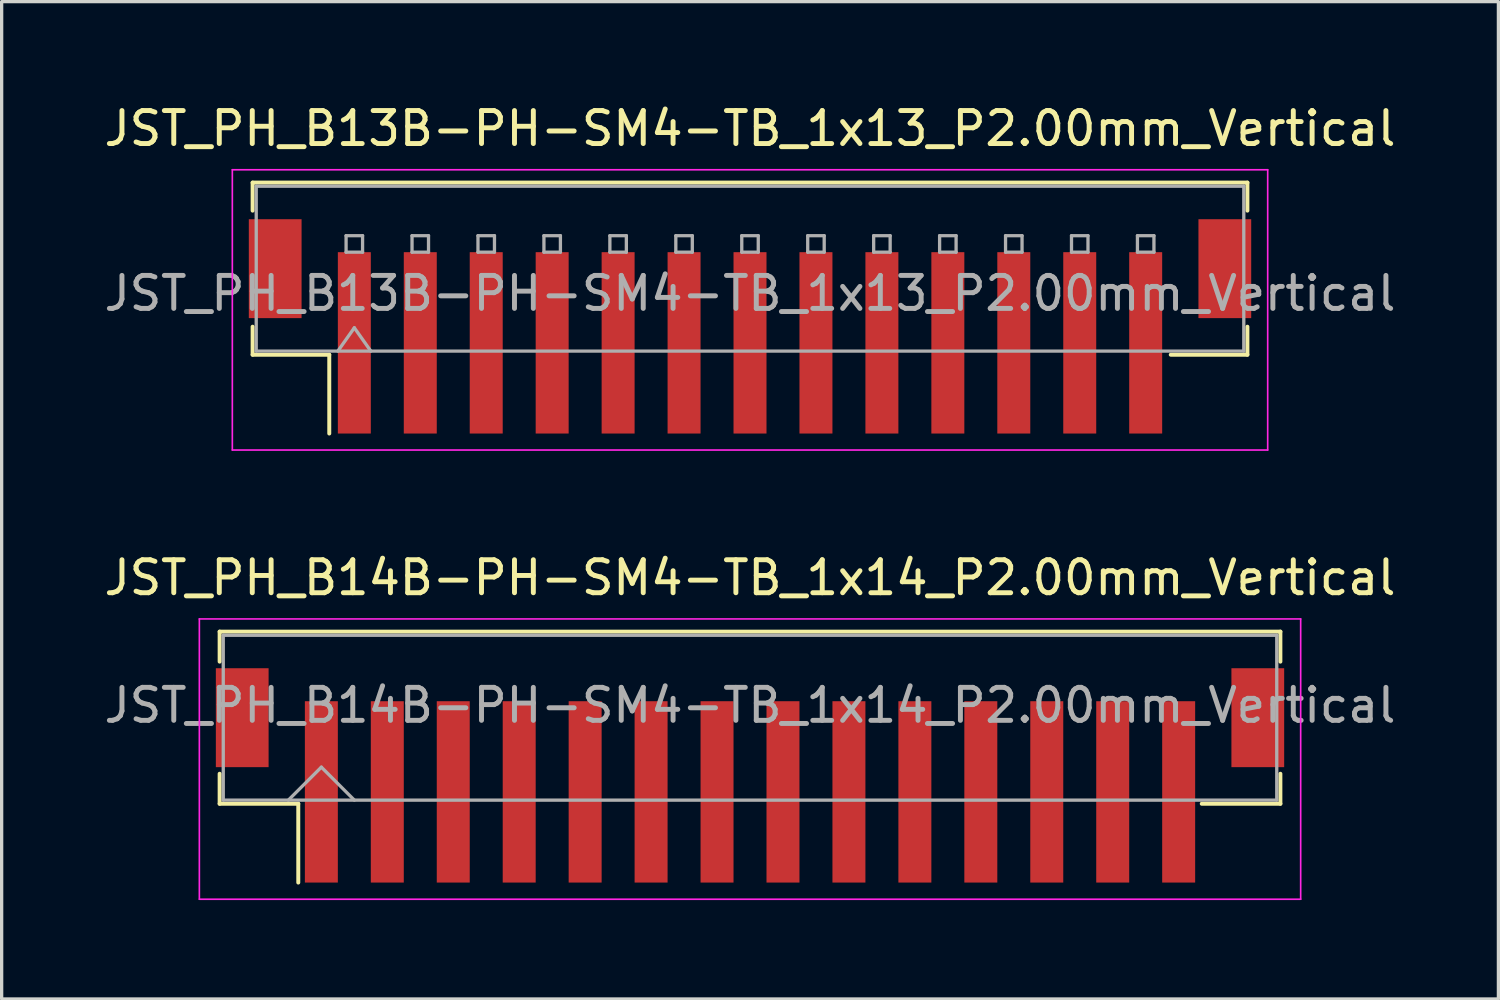
<source format=kicad_pcb>
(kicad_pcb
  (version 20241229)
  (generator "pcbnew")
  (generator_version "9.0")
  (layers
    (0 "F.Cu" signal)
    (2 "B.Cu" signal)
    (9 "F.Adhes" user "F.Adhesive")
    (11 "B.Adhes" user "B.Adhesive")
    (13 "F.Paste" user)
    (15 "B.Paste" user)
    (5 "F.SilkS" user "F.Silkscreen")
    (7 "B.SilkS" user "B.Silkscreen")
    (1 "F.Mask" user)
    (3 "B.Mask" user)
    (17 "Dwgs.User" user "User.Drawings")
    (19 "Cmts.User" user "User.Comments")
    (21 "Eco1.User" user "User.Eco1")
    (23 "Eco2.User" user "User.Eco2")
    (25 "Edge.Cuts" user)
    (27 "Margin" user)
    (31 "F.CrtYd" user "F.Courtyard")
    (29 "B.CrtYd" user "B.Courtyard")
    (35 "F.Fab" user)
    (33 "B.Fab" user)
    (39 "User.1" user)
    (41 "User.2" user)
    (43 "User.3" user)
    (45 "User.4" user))
  (footprint "JST_PH_B13B-PH-SM4-TB_1x13_P2.00mm_Vertical"
    (layer "F.Cu")
    (at 19.696 6.848)
    (property "Reference" "JST_PH_B13B-PH-SM4-TB_1x13_P2.00mm_Vertical" (at 0 -6 0) (layer "F.SilkS") (effects (font (size 1 1) (thickness 0.15))))
    (attr smd)
    (fp_line (start -15.085 -4.36) (end 15.085 -4.36) (stroke (width 0.12) (type solid)) (layer "F.SilkS"))
    (fp_line (start -15.085 -3.51) (end -15.085 -4.36) (stroke (width 0.12) (type solid)) (layer "F.SilkS"))
    (fp_line (start -15.085 0.01) (end -15.085 0.86) (stroke (width 0.12) (type solid)) (layer "F.SilkS"))
    (fp_line (start -15.085 0.86) (end -12.76 0.86) (stroke (width 0.12) (type solid)) (layer "F.SilkS"))
    (fp_line (start -12.76 0.86) (end -12.76 3.25) (stroke (width 0.12) (type solid)) (layer "F.SilkS"))
    (fp_line (start 15.085 -4.36) (end 15.085 -3.51) (stroke (width 0.12) (type solid)) (layer "F.SilkS"))
    (fp_line (start 15.085 0.01) (end 15.085 0.86) (stroke (width 0.12) (type solid)) (layer "F.SilkS"))
    (fp_line (start 15.085 0.86) (end 12.76 0.86) (stroke (width 0.12) (type solid)) (layer "F.SilkS"))
    (fp_line (start -15.7 -4.75) (end -15.7 3.75) (stroke (width 0.05) (type solid)) (layer "F.CrtYd"))
    (fp_line (start -15.7 3.75) (end 15.7 3.75) (stroke (width 0.05) (type solid)) (layer "F.CrtYd"))
    (fp_line (start 15.7 -4.75) (end -15.7 -4.75) (stroke (width 0.05) (type solid)) (layer "F.CrtYd"))
    (fp_line (start 15.7 3.75) (end 15.7 -4.75) (stroke (width 0.05) (type solid)) (layer "F.CrtYd"))
    (fp_line (start -14.975 -4.25) (end 14.975 -4.25) (stroke (width 0.1) (type solid)) (layer "F.Fab"))
    (fp_line (start -14.975 0.75) (end -14.975 -4.25) (stroke (width 0.1) (type solid)) (layer "F.Fab"))
    (fp_line (start -14.975 0.75) (end 14.975 0.75) (stroke (width 0.1) (type solid)) (layer "F.Fab"))
    (fp_line (start -12.5 0.75) (end -12 0.043) (stroke (width 0.1) (type solid)) (layer "F.Fab"))
    (fp_line (start -12.25 -2.75) (end -12.25 -2.25) (stroke (width 0.1) (type solid)) (layer "F.Fab"))
    (fp_line (start -12.25 -2.25) (end -11.75 -2.25) (stroke (width 0.1) (type solid)) (layer "F.Fab"))
    (fp_line (start -12 0.043) (end -11.5 0.75) (stroke (width 0.1) (type solid)) (layer "F.Fab"))
    (fp_line (start -11.75 -2.75) (end -12.25 -2.75) (stroke (width 0.1) (type solid)) (layer "F.Fab"))
    (fp_line (start -11.75 -2.25) (end -11.75 -2.75) (stroke (width 0.1) (type solid)) (layer "F.Fab"))
    (fp_line (start -10.25 -2.75) (end -10.25 -2.25) (stroke (width 0.1) (type solid)) (layer "F.Fab"))
    (fp_line (start -10.25 -2.25) (end -9.75 -2.25) (stroke (width 0.1) (type solid)) (layer "F.Fab"))
    (fp_line (start -9.75 -2.75) (end -10.25 -2.75) (stroke (width 0.1) (type solid)) (layer "F.Fab"))
    (fp_line (start -9.75 -2.25) (end -9.75 -2.75) (stroke (width 0.1) (type solid)) (layer "F.Fab"))
    (fp_line (start -8.25 -2.75) (end -8.25 -2.25) (stroke (width 0.1) (type solid)) (layer "F.Fab"))
    (fp_line (start -8.25 -2.25) (end -7.75 -2.25) (stroke (width 0.1) (type solid)) (layer "F.Fab"))
    (fp_line (start -7.75 -2.75) (end -8.25 -2.75) (stroke (width 0.1) (type solid)) (layer "F.Fab"))
    (fp_line (start -7.75 -2.25) (end -7.75 -2.75) (stroke (width 0.1) (type solid)) (layer "F.Fab"))
    (fp_line (start -6.25 -2.75) (end -6.25 -2.25) (stroke (width 0.1) (type solid)) (layer "F.Fab"))
    (fp_line (start -6.25 -2.25) (end -5.75 -2.25) (stroke (width 0.1) (type solid)) (layer "F.Fab"))
    (fp_line (start -5.75 -2.75) (end -6.25 -2.75) (stroke (width 0.1) (type solid)) (layer "F.Fab"))
    (fp_line (start -5.75 -2.25) (end -5.75 -2.75) (stroke (width 0.1) (type solid)) (layer "F.Fab"))
    (fp_line (start -4.25 -2.75) (end -4.25 -2.25) (stroke (width 0.1) (type solid)) (layer "F.Fab"))
    (fp_line (start -4.25 -2.25) (end -3.75 -2.25) (stroke (width 0.1) (type solid)) (layer "F.Fab"))
    (fp_line (start -3.75 -2.75) (end -4.25 -2.75) (stroke (width 0.1) (type solid)) (layer "F.Fab"))
    (fp_line (start -3.75 -2.25) (end -3.75 -2.75) (stroke (width 0.1) (type solid)) (layer "F.Fab"))
    (fp_line (start -2.25 -2.75) (end -2.25 -2.25) (stroke (width 0.1) (type solid)) (layer "F.Fab"))
    (fp_line (start -2.25 -2.25) (end -1.75 -2.25) (stroke (width 0.1) (type solid)) (layer "F.Fab"))
    (fp_line (start -1.75 -2.75) (end -2.25 -2.75) (stroke (width 0.1) (type solid)) (layer "F.Fab"))
    (fp_line (start -1.75 -2.25) (end -1.75 -2.75) (stroke (width 0.1) (type solid)) (layer "F.Fab"))
    (fp_line (start -0.25 -2.75) (end -0.25 -2.25) (stroke (width 0.1) (type solid)) (layer "F.Fab"))
    (fp_line (start -0.25 -2.25) (end 0.25 -2.25) (stroke (width 0.1) (type solid)) (layer "F.Fab"))
    (fp_line (start 0.25 -2.75) (end -0.25 -2.75) (stroke (width 0.1) (type solid)) (layer "F.Fab"))
    (fp_line (start 0.25 -2.25) (end 0.25 -2.75) (stroke (width 0.1) (type solid)) (layer "F.Fab"))
    (fp_line (start 1.75 -2.75) (end 1.75 -2.25) (stroke (width 0.1) (type solid)) (layer "F.Fab"))
    (fp_line (start 1.75 -2.25) (end 2.25 -2.25) (stroke (width 0.1) (type solid)) (layer "F.Fab"))
    (fp_line (start 2.25 -2.75) (end 1.75 -2.75) (stroke (width 0.1) (type solid)) (layer "F.Fab"))
    (fp_line (start 2.25 -2.25) (end 2.25 -2.75) (stroke (width 0.1) (type solid)) (layer "F.Fab"))
    (fp_line (start 3.75 -2.75) (end 3.75 -2.25) (stroke (width 0.1) (type solid)) (layer "F.Fab"))
    (fp_line (start 3.75 -2.25) (end 4.25 -2.25) (stroke (width 0.1) (type solid)) (layer "F.Fab"))
    (fp_line (start 4.25 -2.75) (end 3.75 -2.75) (stroke (width 0.1) (type solid)) (layer "F.Fab"))
    (fp_line (start 4.25 -2.25) (end 4.25 -2.75) (stroke (width 0.1) (type solid)) (layer "F.Fab"))
    (fp_line (start 5.75 -2.75) (end 5.75 -2.25) (stroke (width 0.1) (type solid)) (layer "F.Fab"))
    (fp_line (start 5.75 -2.25) (end 6.25 -2.25) (stroke (width 0.1) (type solid)) (layer "F.Fab"))
    (fp_line (start 6.25 -2.75) (end 5.75 -2.75) (stroke (width 0.1) (type solid)) (layer "F.Fab"))
    (fp_line (start 6.25 -2.25) (end 6.25 -2.75) (stroke (width 0.1) (type solid)) (layer "F.Fab"))
    (fp_line (start 7.75 -2.75) (end 7.75 -2.25) (stroke (width 0.1) (type solid)) (layer "F.Fab"))
    (fp_line (start 7.75 -2.25) (end 8.25 -2.25) (stroke (width 0.1) (type solid)) (layer "F.Fab"))
    (fp_line (start 8.25 -2.75) (end 7.75 -2.75) (stroke (width 0.1) (type solid)) (layer "F.Fab"))
    (fp_line (start 8.25 -2.25) (end 8.25 -2.75) (stroke (width 0.1) (type solid)) (layer "F.Fab"))
    (fp_line (start 9.75 -2.75) (end 9.75 -2.25) (stroke (width 0.1) (type solid)) (layer "F.Fab"))
    (fp_line (start 9.75 -2.25) (end 10.25 -2.25) (stroke (width 0.1) (type solid)) (layer "F.Fab"))
    (fp_line (start 10.25 -2.75) (end 9.75 -2.75) (stroke (width 0.1) (type solid)) (layer "F.Fab"))
    (fp_line (start 10.25 -2.25) (end 10.25 -2.75) (stroke (width 0.1) (type solid)) (layer "F.Fab"))
    (fp_line (start 11.75 -2.75) (end 11.75 -2.25) (stroke (width 0.1) (type solid)) (layer "F.Fab"))
    (fp_line (start 11.75 -2.25) (end 12.25 -2.25) (stroke (width 0.1) (type solid)) (layer "F.Fab"))
    (fp_line (start 12.25 -2.75) (end 11.75 -2.75) (stroke (width 0.1) (type solid)) (layer "F.Fab"))
    (fp_line (start 12.25 -2.25) (end 12.25 -2.75) (stroke (width 0.1) (type solid)) (layer "F.Fab"))
    (fp_line (start 14.975 0.75) (end 14.975 -4.25) (stroke (width 0.1) (type solid)) (layer "F.Fab"))
    (fp_text user "${REFERENCE}" (at 0 -1 0) (layer "F.Fab") (effects (font (size 1 1) (thickness 0.15))))
    (pad "" smd rect (at -14.4 -1.75) (size 1.6 3) (layers "F.Cu" "F.Mask" "F.Paste"))
    (pad "" smd rect (at 14.4 -1.75) (size 1.6 3) (layers "F.Cu" "F.Mask" "F.Paste"))
    (pad "1" smd rect (at -12 0.5) (size 1 5.5) (layers "F.Cu" "F.Mask" "F.Paste"))
    (pad "2" smd rect (at -10 0.5) (size 1 5.5) (layers "F.Cu" "F.Mask" "F.Paste"))
    (pad "3" smd rect (at -8 0.5) (size 1 5.5) (layers "F.Cu" "F.Mask" "F.Paste"))
    (pad "4" smd rect (at -6 0.5) (size 1 5.5) (layers "F.Cu" "F.Mask" "F.Paste"))
    (pad "5" smd rect (at -4 0.5) (size 1 5.5) (layers "F.Cu" "F.Mask" "F.Paste"))
    (pad "6" smd rect (at -2 0.5) (size 1 5.5) (layers "F.Cu" "F.Mask" "F.Paste"))
    (pad "7" smd rect (at 0 0.5) (size 1 5.5) (layers "F.Cu" "F.Mask" "F.Paste"))
    (pad "8" smd rect (at 2 0.5) (size 1 5.5) (layers "F.Cu" "F.Mask" "F.Paste"))
    (pad "9" smd rect (at 4 0.5) (size 1 5.5) (layers "F.Cu" "F.Mask" "F.Paste"))
    (pad "10" smd rect (at 6 0.5) (size 1 5.5) (layers "F.Cu" "F.Mask" "F.Paste"))
    (pad "11" smd rect (at 8 0.5) (size 1 5.5) (layers "F.Cu" "F.Mask" "F.Paste"))
    (pad "12" smd rect (at 10 0.5) (size 1 5.5) (layers "F.Cu" "F.Mask" "F.Paste"))
    (pad "13" smd rect (at 12 0.5) (size 1 5.5) (layers "F.Cu" "F.Mask" "F.Paste")))
  (footprint "JST_PH_B14B-PH-SM4-TB_1x14_P2.00mm_Vertical"
    (layer "F.Cu")
    (at 19.696 19.841)
    (property "Reference" "JST_PH_B14B-PH-SM4-TB_1x14_P2.00mm_Vertical" (at 0 -5.37 0) (layer "F.SilkS") (effects (font (size 1 1) (thickness 0.15))))
    (attr smd)
    (fp_line (start -16.085 -3.735) (end 16.085 -3.735) (stroke (width 0.12) (type solid)) (layer "F.SilkS"))
    (fp_line (start -16.085 -2.825) (end -16.085 -3.735) (stroke (width 0.12) (type solid)) (layer "F.SilkS"))
    (fp_line (start -16.085 0.575) (end -16.085 1.485) (stroke (width 0.12) (type solid)) (layer "F.SilkS"))
    (fp_line (start -16.085 1.485) (end -13.7 1.485) (stroke (width 0.12) (type solid)) (layer "F.SilkS"))
    (fp_line (start -13.7 1.485) (end -13.7 3.875) (stroke (width 0.12) (type solid)) (layer "F.SilkS"))
    (fp_line (start 16.085 -3.735) (end 16.085 -2.825) (stroke (width 0.12) (type solid)) (layer "F.SilkS"))
    (fp_line (start 16.085 0.575) (end 16.085 1.485) (stroke (width 0.12) (type solid)) (layer "F.SilkS"))
    (fp_line (start 16.085 1.485) (end 13.7 1.485) (stroke (width 0.12) (type solid)) (layer "F.SilkS"))
    (fp_line (start -16.7 -4.12) (end -16.7 4.38) (stroke (width 0.05) (type solid)) (layer "F.CrtYd"))
    (fp_line (start -16.7 4.38) (end 16.7 4.38) (stroke (width 0.05) (type solid)) (layer "F.CrtYd"))
    (fp_line (start 16.7 -4.12) (end -16.7 -4.12) (stroke (width 0.05) (type solid)) (layer "F.CrtYd"))
    (fp_line (start 16.7 4.38) (end 16.7 -4.12) (stroke (width 0.05) (type solid)) (layer "F.CrtYd"))
    (fp_line (start -15.975 -3.625) (end -15.975 1.375) (stroke (width 0.1) (type solid)) (layer "F.Fab"))
    (fp_line (start -15.975 1.375) (end 15.975 1.375) (stroke (width 0.1) (type solid)) (layer "F.Fab"))
    (fp_line (start -14 1.375) (end -13 0.375) (stroke (width 0.1) (type solid)) (layer "F.Fab"))
    (fp_line (start -13 0.375) (end -12 1.375) (stroke (width 0.1) (type solid)) (layer "F.Fab"))
    (fp_line (start 15.975 -3.625) (end -15.975 -3.625) (stroke (width 0.1) (type solid)) (layer "F.Fab"))
    (fp_line (start 15.975 1.375) (end 15.975 -3.625) (stroke (width 0.1) (type solid)) (layer "F.Fab"))
    (fp_text user "${REFERENCE}" (at 0 -1.5 0) (layer "F.Fab") (effects (font (size 1 1) (thickness 0.15))))
    (pad "" smd rect (at -15.4 -1.125) (size 1.6 3) (layers "F.Cu" "F.Mask" "F.Paste"))
    (pad "" smd rect (at 15.4 -1.125) (size 1.6 3) (layers "F.Cu" "F.Mask" "F.Paste"))
    (pad "1" smd rect (at -13 1.125) (size 1 5.5) (layers "F.Cu" "F.Mask" "F.Paste"))
    (pad "2" smd rect (at -11 1.125) (size 1 5.5) (layers "F.Cu" "F.Mask" "F.Paste"))
    (pad "3" smd rect (at -9 1.125) (size 1 5.5) (layers "F.Cu" "F.Mask" "F.Paste"))
    (pad "4" smd rect (at -7 1.125) (size 1 5.5) (layers "F.Cu" "F.Mask" "F.Paste"))
    (pad "5" smd rect (at -5 1.125) (size 1 5.5) (layers "F.Cu" "F.Mask" "F.Paste"))
    (pad "6" smd rect (at -3 1.125) (size 1 5.5) (layers "F.Cu" "F.Mask" "F.Paste"))
    (pad "7" smd rect (at -1 1.125) (size 1 5.5) (layers "F.Cu" "F.Mask" "F.Paste"))
    (pad "8" smd rect (at 1 1.125) (size 1 5.5) (layers "F.Cu" "F.Mask" "F.Paste"))
    (pad "9" smd rect (at 3 1.125) (size 1 5.5) (layers "F.Cu" "F.Mask" "F.Paste"))
    (pad "10" smd rect (at 5 1.125) (size 1 5.5) (layers "F.Cu" "F.Mask" "F.Paste"))
    (pad "11" smd rect (at 7 1.125) (size 1 5.5) (layers "F.Cu" "F.Mask" "F.Paste"))
    (pad "12" smd rect (at 9 1.125) (size 1 5.5) (layers "F.Cu" "F.Mask" "F.Paste"))
    (pad "13" smd rect (at 11 1.125) (size 1 5.5) (layers "F.Cu" "F.Mask" "F.Paste"))
    (pad "14" smd rect (at 13 1.125) (size 1 5.5) (layers "F.Cu" "F.Mask" "F.Paste")))
  (gr_rect
    (start -3 -3)
    (end 42.393 27.247)
    (stroke (width 0.1) (type default))
    (fill no)
    (layer "Edge.Cuts")))
</source>
